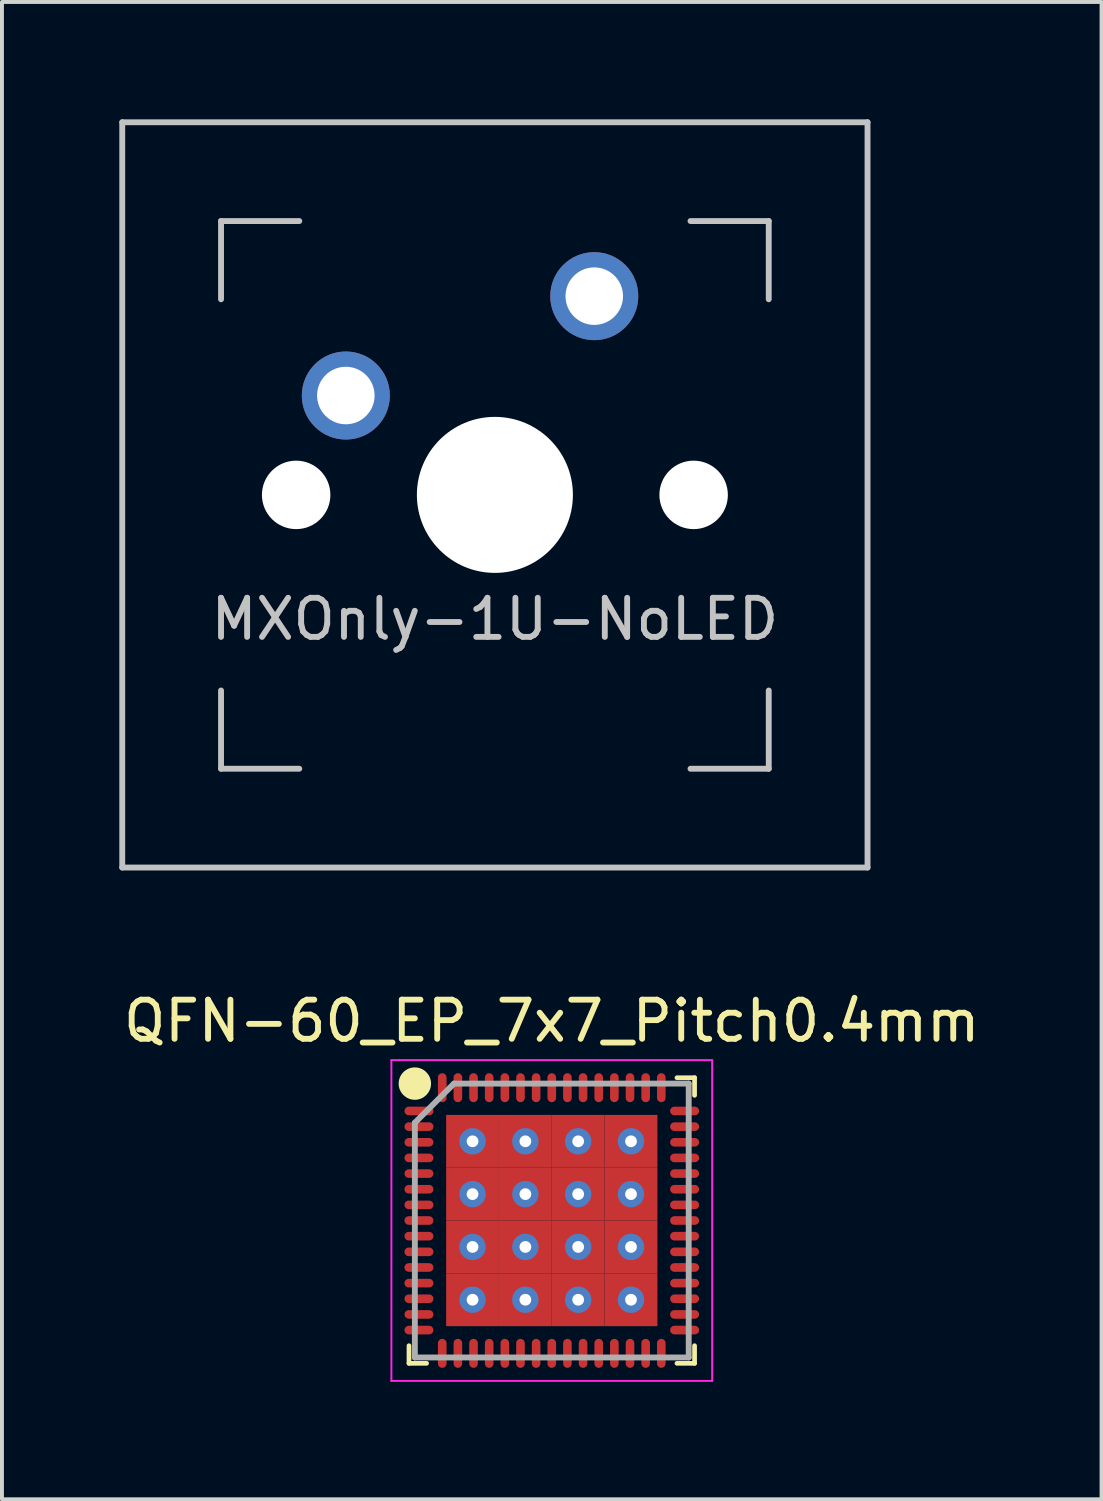
<source format=kicad_pcb>
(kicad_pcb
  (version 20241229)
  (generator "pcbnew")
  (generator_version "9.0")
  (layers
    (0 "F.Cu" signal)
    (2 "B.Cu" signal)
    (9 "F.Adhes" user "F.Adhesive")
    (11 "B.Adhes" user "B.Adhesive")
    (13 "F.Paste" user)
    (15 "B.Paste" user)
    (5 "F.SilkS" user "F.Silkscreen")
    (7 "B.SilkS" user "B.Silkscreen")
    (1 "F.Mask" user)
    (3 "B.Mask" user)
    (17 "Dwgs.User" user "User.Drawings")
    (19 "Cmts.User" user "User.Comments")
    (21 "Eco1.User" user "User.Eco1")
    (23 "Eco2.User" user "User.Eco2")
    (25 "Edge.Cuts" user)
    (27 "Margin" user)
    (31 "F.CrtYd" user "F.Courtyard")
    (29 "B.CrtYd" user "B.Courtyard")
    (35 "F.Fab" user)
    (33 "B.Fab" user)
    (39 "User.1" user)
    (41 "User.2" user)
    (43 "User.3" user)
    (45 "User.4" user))
  (footprint "MXOnly-1U-NoLED"
    (layer "F.Cu")
    (at 9.6 9.6)
    (property "Reference" "MXOnly-1U-NoLED" (at 0 3.175 0) (layer "Dwgs.User") (effects (font (size 1 1) (thickness 0.15))))
    (attr through_hole)
    (fp_line (start -9.525 -9.525) (end 9.525 -9.525) (stroke (width 0.15) (type solid)) (layer "Dwgs.User"))
    (fp_line (start -9.525 9.525) (end -9.525 -9.525) (stroke (width 0.15) (type solid)) (layer "Dwgs.User"))
    (fp_line (start -7 -7) (end -7 -5) (stroke (width 0.15) (type solid)) (layer "Dwgs.User"))
    (fp_line (start -7 5) (end -7 7) (stroke (width 0.15) (type solid)) (layer "Dwgs.User"))
    (fp_line (start -7 7) (end -5 7) (stroke (width 0.15) (type solid)) (layer "Dwgs.User"))
    (fp_line (start -5 -7) (end -7 -7) (stroke (width 0.15) (type solid)) (layer "Dwgs.User"))
    (fp_line (start 5 -7) (end 7 -7) (stroke (width 0.15) (type solid)) (layer "Dwgs.User"))
    (fp_line (start 5 7) (end 7 7) (stroke (width 0.15) (type solid)) (layer "Dwgs.User"))
    (fp_line (start 7 -7) (end 7 -5) (stroke (width 0.15) (type solid)) (layer "Dwgs.User"))
    (fp_line (start 7 7) (end 7 5) (stroke (width 0.15) (type solid)) (layer "Dwgs.User"))
    (fp_line (start 9.525 -9.525) (end 9.525 9.525) (stroke (width 0.15) (type solid)) (layer "Dwgs.User"))
    (fp_line (start 9.525 9.525) (end -9.525 9.525) (stroke (width 0.15) (type solid)) (layer "Dwgs.User"))
    (pad "" np_thru_hole circle (at -5.08 0 48.1) (size 1.75 1.75) (drill 1.75) (layers "*.Cu" "*.Mask"))
    (pad "" np_thru_hole circle (at 0 0) (size 3.988 3.988) (drill 3.988) (layers "*.Cu" "*.Mask"))
    (pad "" np_thru_hole circle (at 5.08 0 48.1) (size 1.75 1.75) (drill 1.75) (layers "*.Cu" "*.Mask"))
    (pad "1" thru_hole circle (at -3.81 -2.54) (size 2.25 2.25) (drill 1.47) (layers "*.Cu" "B.Mask"))
    (pad "2" thru_hole circle (at 2.54 -5.08) (size 2.25 2.25) (drill 1.47) (layers "*.Cu" "B.Mask")))
  (footprint "QFN-60_EP_7x7_Pitch0.4mm"
    (layer "F.Cu")
    (at 11.054 28.148)
    (property "Reference" "QFN-60_EP_7x7_Pitch0.4mm" (at 0 -5.1 0) (layer "F.SilkS") (effects (font (size 1 1) (thickness 0.15))))
    (attr smd)
    (fp_line (start -3.65 3.65) (end -3.65 3.2) (stroke (width 0.12) (type solid)) (layer "F.SilkS"))
    (fp_line (start -3.2 3.65) (end -3.65 3.65) (stroke (width 0.12) (type solid)) (layer "F.SilkS"))
    (fp_line (start 3.2 -3.65) (end 3.65 -3.65) (stroke (width 0.12) (type solid)) (layer "F.SilkS"))
    (fp_line (start 3.2 3.65) (end 3.65 3.65) (stroke (width 0.12) (type solid)) (layer "F.SilkS"))
    (fp_line (start 3.65 -3.65) (end 3.65 -3.2) (stroke (width 0.12) (type solid)) (layer "F.SilkS"))
    (fp_line (start 3.65 3.65) (end 3.65 3.2) (stroke (width 0.12) (type solid)) (layer "F.SilkS"))
    (fp_circle (center -3.5 -3.5) (end -3.146 -3.5) (stroke (width 0.12) (type solid)) (fill yes) (layer "F.SilkS"))
    (fp_line (start -4.1 -4.1) (end 4.1 -4.1) (stroke (width 0.05) (type solid)) (layer "F.CrtYd"))
    (fp_line (start -4.1 4.1) (end -4.1 -4.1) (stroke (width 0.05) (type solid)) (layer "F.CrtYd"))
    (fp_line (start 4.1 -4.1) (end 4.1 4.1) (stroke (width 0.05) (type solid)) (layer "F.CrtYd"))
    (fp_line (start 4.1 4.1) (end -4.1 4.1) (stroke (width 0.05) (type solid)) (layer "F.CrtYd"))
    (fp_line (start -3.5 -2.5) (end -3.5 3.5) (stroke (width 0.15) (type solid)) (layer "F.Fab"))
    (fp_line (start -3.5 3.5) (end 3.5 3.5) (stroke (width 0.15) (type solid)) (layer "F.Fab"))
    (fp_line (start -2.5 -3.5) (end -3.5 -2.5) (stroke (width 0.15) (type solid)) (layer "F.Fab"))
    (fp_line (start 3.5 -3.5) (end -2.5 -3.5) (stroke (width 0.15) (type solid)) (layer "F.Fab"))
    (fp_line (start 3.5 3.5) (end 3.5 -3.5) (stroke (width 0.15) (type solid)) (layer "F.Fab"))
    (pad "1" smd oval (at -3.395 -2.8 90) (size 0.22 0.74) (layers "F.Cu" "F.Mask" "F.Paste"))
    (pad "2" smd oval (at -3.395 -2.4 90) (size 0.22 0.74) (layers "F.Cu" "F.Mask" "F.Paste"))
    (pad "3" smd oval (at -3.395 -2 90) (size 0.22 0.74) (layers "F.Cu" "F.Mask" "F.Paste"))
    (pad "4" smd oval (at -3.395 -1.6 90) (size 0.22 0.74) (layers "F.Cu" "F.Mask" "F.Paste"))
    (pad "5" smd oval (at -3.395 -1.2 90) (size 0.22 0.74) (layers "F.Cu" "F.Mask" "F.Paste"))
    (pad "6" smd oval (at -3.395 -0.8 90) (size 0.22 0.74) (layers "F.Cu" "F.Mask" "F.Paste"))
    (pad "7" smd oval (at -3.395 -0.4 90) (size 0.22 0.74) (layers "F.Cu" "F.Mask" "F.Paste"))
    (pad "8" smd oval (at -3.395 0 90) (size 0.22 0.74) (layers "F.Cu" "F.Mask" "F.Paste"))
    (pad "9" smd oval (at -3.395 0.4 90) (size 0.22 0.74) (layers "F.Cu" "F.Mask" "F.Paste"))
    (pad "10" smd oval (at -3.395 0.8 90) (size 0.22 0.74) (layers "F.Cu" "F.Mask" "F.Paste"))
    (pad "11" smd oval (at -3.395 1.2 90) (size 0.22 0.74) (layers "F.Cu" "F.Mask" "F.Paste"))
    (pad "12" smd oval (at -3.395 1.6 90) (size 0.22 0.74) (layers "F.Cu" "F.Mask" "F.Paste"))
    (pad "13" smd oval (at -3.395 2 90) (size 0.22 0.74) (layers "F.Cu" "F.Mask" "F.Paste"))
    (pad "14" smd oval (at -3.395 2.4 90) (size 0.22 0.74) (layers "F.Cu" "F.Mask" "F.Paste"))
    (pad "15" smd oval (at -3.395 2.8 90) (size 0.22 0.74) (layers "F.Cu" "F.Mask" "F.Paste"))
    (pad "16" smd oval (at -2.8 3.395) (size 0.22 0.74) (layers "F.Cu" "F.Mask" "F.Paste"))
    (pad "17" smd oval (at -2.4 3.395) (size 0.22 0.74) (layers "F.Cu" "F.Mask" "F.Paste"))
    (pad "18" smd oval (at -2 3.395) (size 0.22 0.74) (layers "F.Cu" "F.Mask" "F.Paste"))
    (pad "19" smd oval (at -1.6 3.395) (size 0.22 0.74) (layers "F.Cu" "F.Mask" "F.Paste"))
    (pad "20" smd oval (at -1.2 3.395) (size 0.22 0.74) (layers "F.Cu" "F.Mask" "F.Paste"))
    (pad "21" smd oval (at -0.8 3.395) (size 0.22 0.74) (layers "F.Cu" "F.Mask" "F.Paste"))
    (pad "22" smd oval (at -0.4 3.395) (size 0.22 0.74) (layers "F.Cu" "F.Mask" "F.Paste"))
    (pad "23" smd oval (at 0 3.395) (size 0.22 0.74) (layers "F.Cu" "F.Mask" "F.Paste"))
    (pad "24" smd oval (at 0.4 3.395) (size 0.22 0.74) (layers "F.Cu" "F.Mask" "F.Paste"))
    (pad "25" smd oval (at 0.8 3.395) (size 0.22 0.74) (layers "F.Cu" "F.Mask" "F.Paste"))
    (pad "26" smd oval (at 1.2 3.395) (size 0.22 0.74) (layers "F.Cu" "F.Mask" "F.Paste"))
    (pad "27" smd oval (at 1.6 3.395) (size 0.22 0.74) (layers "F.Cu" "F.Mask" "F.Paste"))
    (pad "28" smd oval (at 2 3.395) (size 0.22 0.74) (layers "F.Cu" "F.Mask" "F.Paste"))
    (pad "29" smd oval (at 2.4 3.395) (size 0.22 0.74) (layers "F.Cu" "F.Mask" "F.Paste"))
    (pad "30" smd oval (at 2.8 3.395) (size 0.22 0.74) (layers "F.Cu" "F.Mask" "F.Paste"))
    (pad "31" smd oval (at 3.395 2.8 90) (size 0.22 0.74) (layers "F.Cu" "F.Mask" "F.Paste"))
    (pad "32" smd oval (at 3.395 2.4 90) (size 0.22 0.74) (layers "F.Cu" "F.Mask" "F.Paste"))
    (pad "33" smd oval (at 3.395 2 90) (size 0.22 0.74) (layers "F.Cu" "F.Mask" "F.Paste"))
    (pad "34" smd oval (at 3.395 1.6 90) (size 0.22 0.74) (layers "F.Cu" "F.Mask" "F.Paste"))
    (pad "35" smd oval (at 3.395 1.2 90) (size 0.22 0.74) (layers "F.Cu" "F.Mask" "F.Paste"))
    (pad "36" smd oval (at 3.395 0.8 90) (size 0.22 0.74) (layers "F.Cu" "F.Mask" "F.Paste"))
    (pad "37" smd oval (at 3.395 0.4 90) (size 0.22 0.74) (layers "F.Cu" "F.Mask" "F.Paste"))
    (pad "38" smd oval (at 3.395 0 90) (size 0.22 0.74) (layers "F.Cu" "F.Mask" "F.Paste"))
    (pad "39" smd oval (at 3.395 -0.4 90) (size 0.22 0.74) (layers "F.Cu" "F.Mask" "F.Paste"))
    (pad "40" smd oval (at 3.395 -0.8 90) (size 0.22 0.74) (layers "F.Cu" "F.Mask" "F.Paste"))
    (pad "41" smd oval (at 3.395 -1.2 90) (size 0.22 0.74) (layers "F.Cu" "F.Mask" "F.Paste"))
    (pad "42" smd oval (at 3.395 -1.6 90) (size 0.22 0.74) (layers "F.Cu" "F.Mask" "F.Paste"))
    (pad "43" smd oval (at 3.395 -2 90) (size 0.22 0.74) (layers "F.Cu" "F.Mask" "F.Paste"))
    (pad "44" smd oval (at 3.395 -2.4 90) (size 0.22 0.74) (layers "F.Cu" "F.Mask" "F.Paste"))
    (pad "45" smd oval (at 3.395 -2.8 90) (size 0.22 0.74) (layers "F.Cu" "F.Mask" "F.Paste"))
    (pad "46" smd oval (at 2.8 -3.395) (size 0.22 0.74) (layers "F.Cu" "F.Mask" "F.Paste"))
    (pad "47" smd oval (at 2.4 -3.395) (size 0.22 0.74) (layers "F.Cu" "F.Mask" "F.Paste"))
    (pad "48" smd oval (at 2 -3.395) (size 0.22 0.74) (layers "F.Cu" "F.Mask" "F.Paste"))
    (pad "49" smd oval (at 1.6 -3.395) (size 0.22 0.74) (layers "F.Cu" "F.Mask" "F.Paste"))
    (pad "50" smd oval (at 1.2 -3.395) (size 0.22 0.74) (layers "F.Cu" "F.Mask" "F.Paste"))
    (pad "51" smd oval (at 0.8 -3.395) (size 0.22 0.74) (layers "F.Cu" "F.Mask" "F.Paste"))
    (pad "52" smd oval (at 0.4 -3.395) (size 0.22 0.74) (layers "F.Cu" "F.Mask" "F.Paste"))
    (pad "53" smd oval (at 0 -3.395) (size 0.22 0.74) (layers "F.Cu" "F.Mask" "F.Paste"))
    (pad "54" smd oval (at -0.4 -3.395) (size 0.22 0.74) (layers "F.Cu" "F.Mask" "F.Paste"))
    (pad "55" smd oval (at -0.8 -3.395) (size 0.22 0.74) (layers "F.Cu" "F.Mask" "F.Paste"))
    (pad "56" smd oval (at -1.2 -3.395) (size 0.22 0.74) (layers "F.Cu" "F.Mask" "F.Paste"))
    (pad "57" smd oval (at -1.6 -3.395) (size 0.22 0.74) (layers "F.Cu" "F.Mask" "F.Paste"))
    (pad "58" smd oval (at -2 -3.395) (size 0.22 0.74) (layers "F.Cu" "F.Mask" "F.Paste"))
    (pad "59" smd oval (at -2.4 -3.395) (size 0.22 0.74) (layers "F.Cu" "F.Mask" "F.Paste"))
    (pad "60" smd oval (at -2.8 -3.395) (size 0.22 0.74) (layers "F.Cu" "F.Mask" "F.Paste"))
    (pad "61" thru_hole circle (at -2.025 -2.025) (size 0.675 0.675) (drill 0.3) (layers "*.Cu" "*.Mask"))
    (pad "61" smd rect (at -2.025 -2.025) (size 1.35 1.35) (layers "F.Cu" "F.Mask" "F.Paste"))
    (pad "61" thru_hole circle (at -2.025 -0.675) (size 0.675 0.675) (drill 0.3) (layers "*.Cu" "*.Mask"))
    (pad "61" smd rect (at -2.025 -0.675) (size 1.35 1.35) (layers "F.Cu" "F.Mask" "F.Paste"))
    (pad "61" thru_hole circle (at -2.025 0.675) (size 0.675 0.675) (drill 0.3) (layers "*.Cu" "*.Mask"))
    (pad "61" smd rect (at -2.025 0.675) (size 1.35 1.35) (layers "F.Cu" "F.Mask" "F.Paste"))
    (pad "61" thru_hole circle (at -2.025 2.025) (size 0.675 0.675) (drill 0.3) (layers "*.Cu" "*.Mask"))
    (pad "61" smd rect (at -2.025 2.025) (size 1.35 1.35) (layers "F.Cu" "F.Mask" "F.Paste"))
    (pad "61" thru_hole circle (at -0.675 -2.025) (size 0.675 0.675) (drill 0.3) (layers "*.Cu" "*.Mask"))
    (pad "61" smd rect (at -0.675 -2.025) (size 1.35 1.35) (layers "F.Cu" "F.Mask" "F.Paste"))
    (pad "61" thru_hole circle (at -0.675 -0.675) (size 0.675 0.675) (drill 0.3) (layers "*.Cu" "*.Mask"))
    (pad "61" smd rect (at -0.675 -0.675) (size 1.35 1.35) (layers "F.Cu" "F.Mask" "F.Paste"))
    (pad "61" thru_hole circle (at -0.675 0.675) (size 0.675 0.675) (drill 0.3) (layers "*.Cu" "*.Mask"))
    (pad "61" smd rect (at -0.675 0.675) (size 1.35 1.35) (layers "F.Cu" "F.Mask" "F.Paste"))
    (pad "61" thru_hole circle (at -0.675 2.025) (size 0.675 0.675) (drill 0.3) (layers "*.Cu" "*.Mask"))
    (pad "61" smd rect (at -0.675 2.025) (size 1.35 1.35) (layers "F.Cu" "F.Mask" "F.Paste"))
    (pad "61" thru_hole circle (at 0.675 -2.025) (size 0.675 0.675) (drill 0.3) (layers "*.Cu" "*.Mask"))
    (pad "61" smd rect (at 0.675 -2.025) (size 1.35 1.35) (layers "F.Cu" "F.Mask" "F.Paste"))
    (pad "61" thru_hole circle (at 0.675 -0.675) (size 0.675 0.675) (drill 0.3) (layers "*.Cu" "*.Mask"))
    (pad "61" smd rect (at 0.675 -0.675) (size 1.35 1.35) (layers "F.Cu" "F.Mask" "F.Paste"))
    (pad "61" thru_hole circle (at 0.675 0.675) (size 0.675 0.675) (drill 0.3) (layers "*.Cu" "*.Mask"))
    (pad "61" smd rect (at 0.675 0.675) (size 1.35 1.35) (layers "F.Cu" "F.Mask" "F.Paste"))
    (pad "61" thru_hole circle (at 0.675 2.025) (size 0.675 0.675) (drill 0.3) (layers "*.Cu" "*.Mask"))
    (pad "61" smd rect (at 0.675 2.025) (size 1.35 1.35) (layers "F.Cu" "F.Mask" "F.Paste"))
    (pad "61" thru_hole circle (at 2.025 -2.025) (size 0.675 0.675) (drill 0.3) (layers "*.Cu" "*.Mask"))
    (pad "61" smd rect (at 2.025 -2.025) (size 1.35 1.35) (layers "F.Cu" "F.Mask" "F.Paste"))
    (pad "61" thru_hole circle (at 2.025 -0.675) (size 0.675 0.675) (drill 0.3) (layers "*.Cu" "*.Mask"))
    (pad "61" smd rect (at 2.025 -0.675) (size 1.35 1.35) (layers "F.Cu" "F.Mask" "F.Paste"))
    (pad "61" thru_hole circle (at 2.025 0.675) (size 0.675 0.675) (drill 0.3) (layers "*.Cu" "*.Mask"))
    (pad "61" smd rect (at 2.025 0.675) (size 1.35 1.35) (layers "F.Cu" "F.Mask" "F.Paste"))
    (pad "61" thru_hole circle (at 2.025 2.025) (size 0.675 0.675) (drill 0.3) (layers "*.Cu" "*.Mask"))
    (pad "61" smd rect (at 2.025 2.025) (size 1.35 1.35) (layers "F.Cu" "F.Mask" "F.Paste")))
  (gr_rect
    (start -3 -3)
    (end 25.107 35.273)
    (stroke (width 0.1) (type default))
    (fill no)
    (layer "Edge.Cuts")))
</source>
